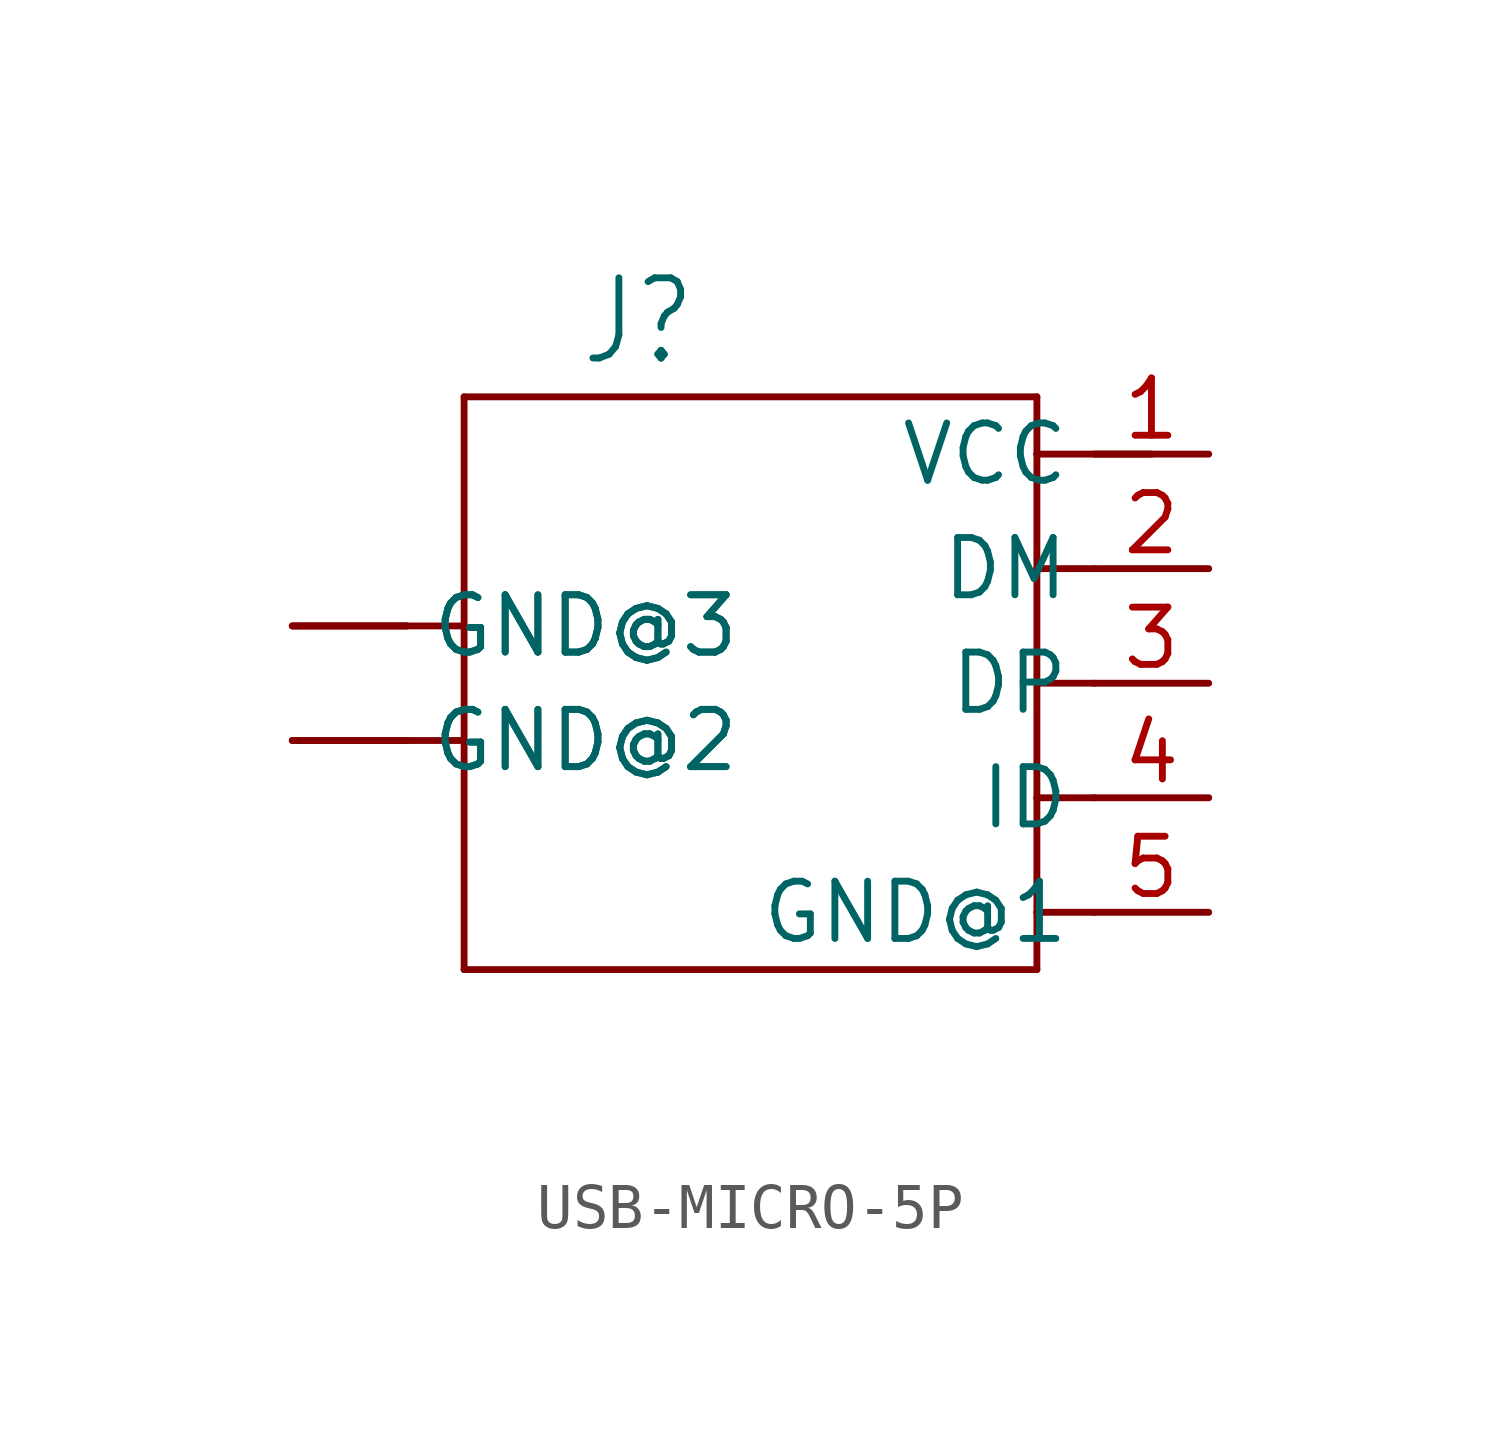
<source format=kicad_sym>
(kicad_symbol_lib
  (version 20220914)
  (generator kicad_symbol_editor)
  (symbol "USB-MICRO-5P"
    (property "Reference" "J"
      (at -3.81 6.985 0)
      (effects (font (size 1.778 1.511)) (justify left bottom)))
    (property "Value" ""
      (at -3.81 -8.89 0)
      (effects (font (size 1.778 1.511)) (justify left bottom)))
    (property "ki_locked" ""
      (at 0 0 0)
      (effects (font (size 1.27 1.27))))
    (symbol "USB-MICRO-5P_1_0"
      (polyline (pts (xy -7.62 -1.27) (xy -6.35 -1.27)) (stroke (width 0.152) (type solid)) (fill (type none)))
      (polyline (pts (xy -7.62 1.27) (xy -6.35 1.27)) (stroke (width 0.152) (type solid)) (fill (type none)))
      (polyline (pts (xy -6.35 -6.35) (xy 6.35 -6.35)) (stroke (width 0.152) (type solid)) (fill (type none)))
      (polyline (pts (xy -6.35 -1.27) (xy -6.35 -6.35)) (stroke (width 0.152) (type solid)) (fill (type none)))
      (polyline (pts (xy -6.35 1.27) (xy -6.35 -1.27)) (stroke (width 0.152) (type solid)) (fill (type none)))
      (polyline (pts (xy -6.35 6.35) (xy -6.35 1.27)) (stroke (width 0.152) (type solid)) (fill (type none)))
      (polyline (pts (xy 6.35 -6.35) (xy 6.35 -5.08)) (stroke (width 0.152) (type solid)) (fill (type none)))
      (polyline (pts (xy 6.35 -5.08) (xy 6.35 -2.54)) (stroke (width 0.152) (type solid)) (fill (type none)))
      (polyline (pts (xy 6.35 -5.08) (xy 7.62 -5.08)) (stroke (width 0.152) (type solid)) (fill (type none)))
      (polyline (pts (xy 6.35 -2.54) (xy 6.35 0)) (stroke (width 0.152) (type solid)) (fill (type none)))
      (polyline (pts (xy 6.35 -2.54) (xy 7.62 -2.54)) (stroke (width 0.152) (type solid)) (fill (type none)))
      (polyline (pts (xy 6.35 0) (xy 6.35 2.54)) (stroke (width 0.152) (type solid)) (fill (type none)))
      (polyline (pts (xy 6.35 0) (xy 7.62 0)) (stroke (width 0.152) (type solid)) (fill (type none)))
      (polyline (pts (xy 6.35 2.54) (xy 6.35 5.08)) (stroke (width 0.152) (type solid)) (fill (type none)))
      (polyline (pts (xy 6.35 2.54) (xy 7.62 2.54)) (stroke (width 0.152) (type solid)) (fill (type none)))
      (polyline (pts (xy 6.35 5.08) (xy 6.35 6.35)) (stroke (width 0.152) (type solid)) (fill (type none)))
      (polyline (pts (xy 6.35 5.08) (xy 8.89 5.08)) (stroke (width 0.152) (type solid)) (fill (type none)))
      (polyline (pts (xy 6.35 6.35) (xy -6.35 6.35)) (stroke (width 0.152) (type solid)) (fill (type none)))
      (pin bidirectional line (at 10.16 5.08 180) (length 2.54) (name "VCC" (effects (font (size 1.27 1.27)))) (number "1" (effects (font (size 1.27 1.27)))))
      (pin bidirectional line (at 10.16 2.54 180) (length 2.54) (name "DM" (effects (font (size 1.27 1.27)))) (number "2" (effects (font (size 1.27 1.27)))))
      (pin bidirectional line (at 10.16 0 180) (length 2.54) (name "DP" (effects (font (size 1.27 1.27)))) (number "3" (effects (font (size 1.27 1.27)))))
      (pin bidirectional line (at 10.16 -2.54 180) (length 2.54) (name "ID" (effects (font (size 1.27 1.27)))) (number "4" (effects (font (size 1.27 1.27)))))
      (pin bidirectional line (at 10.16 -5.08 180) (length 2.54) (name "GND@1" (effects (font (size 1.27 1.27)))) (number "5" (effects (font (size 1.27 1.27)))))
      (pin bidirectional line (at -10.16 1.27 0) (length 2.54) (name "GND@3" (effects (font (size 1.27 1.27)))) (number "E1" (effects (font (size 0 0)))))
      (pin bidirectional line (at -10.16 -1.27 0) (length 2.54) (name "GND@2" (effects (font (size 1.27 1.27)))) (number "E2" (effects (font (size 0 0)))))
      (pin bidirectional line (at -10.16 1.27 0) (length 2.54) (name "GND@3" (effects (font (size 1.27 1.27)))) (number "P1" (effects (font (size 0 0)))))
      (pin bidirectional line (at -10.16 -1.27 0) (length 2.54) (name "GND@2" (effects (font (size 1.27 1.27)))) (number "P2" (effects (font (size 0 0))))))))
</source>
